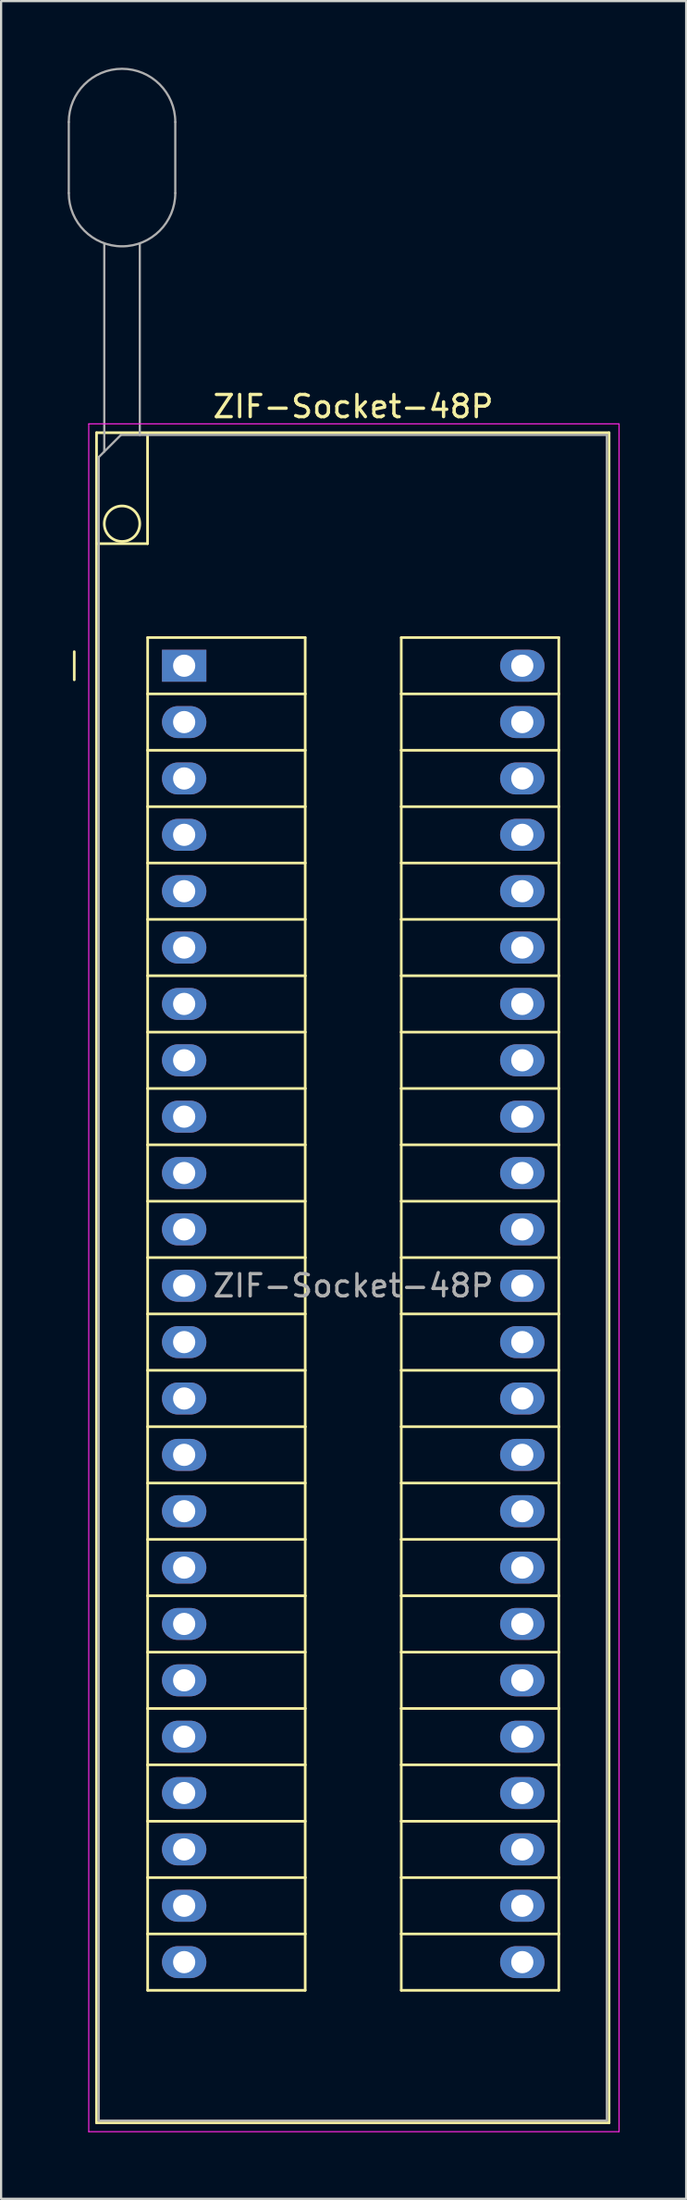
<source format=kicad_pcb>
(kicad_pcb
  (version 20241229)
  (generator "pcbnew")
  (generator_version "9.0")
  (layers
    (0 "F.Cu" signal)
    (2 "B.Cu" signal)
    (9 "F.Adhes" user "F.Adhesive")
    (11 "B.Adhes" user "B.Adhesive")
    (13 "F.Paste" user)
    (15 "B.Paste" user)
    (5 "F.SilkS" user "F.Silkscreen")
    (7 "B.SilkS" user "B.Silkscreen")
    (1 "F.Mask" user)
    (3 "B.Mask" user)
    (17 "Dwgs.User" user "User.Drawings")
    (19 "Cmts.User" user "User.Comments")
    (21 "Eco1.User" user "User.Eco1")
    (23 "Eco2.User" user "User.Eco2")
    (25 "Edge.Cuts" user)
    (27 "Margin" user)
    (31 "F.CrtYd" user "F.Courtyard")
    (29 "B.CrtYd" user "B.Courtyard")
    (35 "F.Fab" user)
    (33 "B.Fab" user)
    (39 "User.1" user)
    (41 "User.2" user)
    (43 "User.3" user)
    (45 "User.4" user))
  (footprint "ZIF-Socket-48P"
    (layer "F.Cu")
    (at 5.25 26.95)
    (property "Reference" "ZIF-Socket-48P" (at 7.62 -11.68 0) (layer "F.SilkS") (effects (font (size 1 1) (thickness 0.15))))
    (attr through_hole)
    (fp_line (start -4.953 0.635) (end -4.953 -0.635) (stroke (width 0.12) (type solid)) (layer "F.SilkS"))
    (fp_line (start -3.95 -10.5) (end -3.95 -5.5) (stroke (width 0.12) (type solid)) (layer "F.SilkS"))
    (fp_line (start -3.95 -5.5) (end -3.95 65.66) (stroke (width 0.12) (type solid)) (layer "F.SilkS"))
    (fp_line (start -3.95 65.66) (end 19.15 65.66) (stroke (width 0.12) (type solid)) (layer "F.SilkS"))
    (fp_line (start -1.65 -10.4) (end -1.65 -5.5) (stroke (width 0.12) (type solid)) (layer "F.SilkS"))
    (fp_line (start -1.65 -5.5) (end -3.95 -5.5) (stroke (width 0.12) (type solid)) (layer "F.SilkS"))
    (fp_line (start -1.645 -1.27) (end 5.455 -1.27) (stroke (width 0.12) (type solid)) (layer "F.SilkS"))
    (fp_line (start -1.645 1.27) (end -1.645 -1.27) (stroke (width 0.12) (type solid)) (layer "F.SilkS"))
    (fp_line (start -1.645 1.27) (end 5.455 1.27) (stroke (width 0.12) (type solid)) (layer "F.SilkS"))
    (fp_line (start -1.645 3.81) (end -1.645 1.27) (stroke (width 0.12) (type solid)) (layer "F.SilkS"))
    (fp_line (start -1.645 3.81) (end 5.455 3.81) (stroke (width 0.12) (type solid)) (layer "F.SilkS"))
    (fp_line (start -1.645 6.35) (end -1.645 3.81) (stroke (width 0.12) (type solid)) (layer "F.SilkS"))
    (fp_line (start -1.645 6.35) (end 5.455 6.35) (stroke (width 0.12) (type solid)) (layer "F.SilkS"))
    (fp_line (start -1.645 8.89) (end -1.645 6.35) (stroke (width 0.12) (type solid)) (layer "F.SilkS"))
    (fp_line (start -1.645 8.89) (end 5.455 8.89) (stroke (width 0.12) (type solid)) (layer "F.SilkS"))
    (fp_line (start -1.645 11.43) (end -1.645 8.89) (stroke (width 0.12) (type solid)) (layer "F.SilkS"))
    (fp_line (start -1.645 11.43) (end 5.455 11.43) (stroke (width 0.12) (type solid)) (layer "F.SilkS"))
    (fp_line (start -1.645 13.97) (end -1.645 11.43) (stroke (width 0.12) (type solid)) (layer "F.SilkS"))
    (fp_line (start -1.645 13.97) (end 5.455 13.97) (stroke (width 0.12) (type solid)) (layer "F.SilkS"))
    (fp_line (start -1.645 16.51) (end -1.645 13.97) (stroke (width 0.12) (type solid)) (layer "F.SilkS"))
    (fp_line (start -1.645 16.51) (end 5.455 16.51) (stroke (width 0.12) (type solid)) (layer "F.SilkS"))
    (fp_line (start -1.645 19.05) (end -1.645 16.51) (stroke (width 0.12) (type solid)) (layer "F.SilkS"))
    (fp_line (start -1.645 19.05) (end 5.455 19.05) (stroke (width 0.12) (type solid)) (layer "F.SilkS"))
    (fp_line (start -1.645 21.59) (end -1.645 19.05) (stroke (width 0.12) (type solid)) (layer "F.SilkS"))
    (fp_line (start -1.645 21.59) (end 5.455 21.59) (stroke (width 0.12) (type solid)) (layer "F.SilkS"))
    (fp_line (start -1.645 24.13) (end -1.645 21.59) (stroke (width 0.12) (type solid)) (layer "F.SilkS"))
    (fp_line (start -1.645 24.13) (end 5.455 24.13) (stroke (width 0.12) (type solid)) (layer "F.SilkS"))
    (fp_line (start -1.645 26.67) (end -1.645 24.13) (stroke (width 0.12) (type solid)) (layer "F.SilkS"))
    (fp_line (start -1.645 26.67) (end 5.455 26.67) (stroke (width 0.12) (type solid)) (layer "F.SilkS"))
    (fp_line (start -1.645 29.21) (end -1.645 26.67) (stroke (width 0.12) (type solid)) (layer "F.SilkS"))
    (fp_line (start -1.645 29.21) (end 5.455 29.21) (stroke (width 0.12) (type solid)) (layer "F.SilkS"))
    (fp_line (start -1.645 31.75) (end -1.645 29.21) (stroke (width 0.12) (type solid)) (layer "F.SilkS"))
    (fp_line (start -1.645 31.75) (end 5.455 31.75) (stroke (width 0.12) (type solid)) (layer "F.SilkS"))
    (fp_line (start -1.645 34.29) (end -1.645 31.75) (stroke (width 0.12) (type solid)) (layer "F.SilkS"))
    (fp_line (start -1.645 34.29) (end 5.455 34.29) (stroke (width 0.12) (type solid)) (layer "F.SilkS"))
    (fp_line (start -1.645 36.83) (end -1.645 34.29) (stroke (width 0.12) (type solid)) (layer "F.SilkS"))
    (fp_line (start -1.645 36.83) (end 5.455 36.83) (stroke (width 0.12) (type solid)) (layer "F.SilkS"))
    (fp_line (start -1.645 39.37) (end -1.645 36.83) (stroke (width 0.12) (type solid)) (layer "F.SilkS"))
    (fp_line (start -1.645 39.37) (end 5.455 39.37) (stroke (width 0.12) (type solid)) (layer "F.SilkS"))
    (fp_line (start -1.645 41.91) (end -1.645 39.37) (stroke (width 0.12) (type solid)) (layer "F.SilkS"))
    (fp_line (start -1.645 41.91) (end 5.455 41.91) (stroke (width 0.12) (type solid)) (layer "F.SilkS"))
    (fp_line (start -1.645 44.45) (end -1.645 41.91) (stroke (width 0.12) (type solid)) (layer "F.SilkS"))
    (fp_line (start -1.645 44.45) (end 5.455 44.45) (stroke (width 0.12) (type solid)) (layer "F.SilkS"))
    (fp_line (start -1.645 46.99) (end -1.645 44.45) (stroke (width 0.12) (type solid)) (layer "F.SilkS"))
    (fp_line (start -1.645 46.99) (end 5.455 46.99) (stroke (width 0.12) (type solid)) (layer "F.SilkS"))
    (fp_line (start -1.645 49.53) (end -1.645 46.99) (stroke (width 0.12) (type solid)) (layer "F.SilkS"))
    (fp_line (start -1.645 49.53) (end 5.455 49.53) (stroke (width 0.12) (type solid)) (layer "F.SilkS"))
    (fp_line (start -1.645 52.07) (end -1.645 49.53) (stroke (width 0.12) (type solid)) (layer "F.SilkS"))
    (fp_line (start -1.645 52.07) (end 5.455 52.07) (stroke (width 0.12) (type solid)) (layer "F.SilkS"))
    (fp_line (start -1.645 54.61) (end -1.645 52.07) (stroke (width 0.12) (type solid)) (layer "F.SilkS"))
    (fp_line (start -1.645 54.61) (end 5.455 54.61) (stroke (width 0.12) (type solid)) (layer "F.SilkS"))
    (fp_line (start -1.645 57.15) (end -1.645 54.61) (stroke (width 0.12) (type solid)) (layer "F.SilkS"))
    (fp_line (start -1.645 57.15) (end 5.455 57.15) (stroke (width 0.12) (type solid)) (layer "F.SilkS"))
    (fp_line (start -1.645 59.69) (end -1.645 57.15) (stroke (width 0.12) (type solid)) (layer "F.SilkS"))
    (fp_line (start -1.645 59.69) (end 5.455 59.69) (stroke (width 0.12) (type solid)) (layer "F.SilkS"))
    (fp_line (start 5.455 -1.27) (end 5.455 1.27) (stroke (width 0.12) (type solid)) (layer "F.SilkS"))
    (fp_line (start 5.455 1.27) (end 5.455 3.81) (stroke (width 0.12) (type solid)) (layer "F.SilkS"))
    (fp_line (start 5.455 3.81) (end 5.455 6.35) (stroke (width 0.12) (type solid)) (layer "F.SilkS"))
    (fp_line (start 5.455 6.35) (end 5.455 8.89) (stroke (width 0.12) (type solid)) (layer "F.SilkS"))
    (fp_line (start 5.455 8.89) (end 5.455 11.43) (stroke (width 0.12) (type solid)) (layer "F.SilkS"))
    (fp_line (start 5.455 11.43) (end 5.455 13.97) (stroke (width 0.12) (type solid)) (layer "F.SilkS"))
    (fp_line (start 5.455 13.97) (end 5.455 16.51) (stroke (width 0.12) (type solid)) (layer "F.SilkS"))
    (fp_line (start 5.455 16.51) (end 5.455 19.05) (stroke (width 0.12) (type solid)) (layer "F.SilkS"))
    (fp_line (start 5.455 19.05) (end 5.455 21.59) (stroke (width 0.12) (type solid)) (layer "F.SilkS"))
    (fp_line (start 5.455 21.59) (end 5.455 24.13) (stroke (width 0.12) (type solid)) (layer "F.SilkS"))
    (fp_line (start 5.455 24.13) (end 5.455 26.67) (stroke (width 0.12) (type solid)) (layer "F.SilkS"))
    (fp_line (start 5.455 26.67) (end 5.455 29.21) (stroke (width 0.12) (type solid)) (layer "F.SilkS"))
    (fp_line (start 5.455 29.21) (end 5.455 31.75) (stroke (width 0.12) (type solid)) (layer "F.SilkS"))
    (fp_line (start 5.455 31.75) (end 5.455 34.29) (stroke (width 0.12) (type solid)) (layer "F.SilkS"))
    (fp_line (start 5.455 34.29) (end 5.455 36.83) (stroke (width 0.12) (type solid)) (layer "F.SilkS"))
    (fp_line (start 5.455 36.83) (end 5.455 39.37) (stroke (width 0.12) (type solid)) (layer "F.SilkS"))
    (fp_line (start 5.455 39.37) (end 5.455 41.91) (stroke (width 0.12) (type solid)) (layer "F.SilkS"))
    (fp_line (start 5.455 41.91) (end 5.455 44.45) (stroke (width 0.12) (type solid)) (layer "F.SilkS"))
    (fp_line (start 5.455 44.45) (end 5.455 46.99) (stroke (width 0.12) (type solid)) (layer "F.SilkS"))
    (fp_line (start 5.455 46.99) (end 5.455 49.53) (stroke (width 0.12) (type solid)) (layer "F.SilkS"))
    (fp_line (start 5.455 49.53) (end 5.455 52.07) (stroke (width 0.12) (type solid)) (layer "F.SilkS"))
    (fp_line (start 5.455 52.07) (end 5.455 54.61) (stroke (width 0.12) (type solid)) (layer "F.SilkS"))
    (fp_line (start 5.455 54.61) (end 5.455 57.15) (stroke (width 0.12) (type solid)) (layer "F.SilkS"))
    (fp_line (start 5.455 57.15) (end 5.455 59.69) (stroke (width 0.12) (type solid)) (layer "F.SilkS"))
    (fp_line (start 9.785 -1.27) (end 16.885 -1.27) (stroke (width 0.12) (type solid)) (layer "F.SilkS"))
    (fp_line (start 9.785 1.27) (end 9.785 -1.27) (stroke (width 0.12) (type solid)) (layer "F.SilkS"))
    (fp_line (start 9.785 1.27) (end 16.885 1.27) (stroke (width 0.12) (type solid)) (layer "F.SilkS"))
    (fp_line (start 9.785 3.81) (end 9.785 1.27) (stroke (width 0.12) (type solid)) (layer "F.SilkS"))
    (fp_line (start 9.785 3.81) (end 16.885 3.81) (stroke (width 0.12) (type solid)) (layer "F.SilkS"))
    (fp_line (start 9.785 6.35) (end 9.785 3.81) (stroke (width 0.12) (type solid)) (layer "F.SilkS"))
    (fp_line (start 9.785 6.35) (end 16.885 6.35) (stroke (width 0.12) (type solid)) (layer "F.SilkS"))
    (fp_line (start 9.785 8.89) (end 9.785 6.35) (stroke (width 0.12) (type solid)) (layer "F.SilkS"))
    (fp_line (start 9.785 8.89) (end 16.885 8.89) (stroke (width 0.12) (type solid)) (layer "F.SilkS"))
    (fp_line (start 9.785 11.43) (end 9.785 8.89) (stroke (width 0.12) (type solid)) (layer "F.SilkS"))
    (fp_line (start 9.785 11.43) (end 16.885 11.43) (stroke (width 0.12) (type solid)) (layer "F.SilkS"))
    (fp_line (start 9.785 13.97) (end 9.785 11.43) (stroke (width 0.12) (type solid)) (layer "F.SilkS"))
    (fp_line (start 9.785 13.97) (end 16.885 13.97) (stroke (width 0.12) (type solid)) (layer "F.SilkS"))
    (fp_line (start 9.785 16.51) (end 9.785 13.97) (stroke (width 0.12) (type solid)) (layer "F.SilkS"))
    (fp_line (start 9.785 16.51) (end 16.885 16.51) (stroke (width 0.12) (type solid)) (layer "F.SilkS"))
    (fp_line (start 9.785 19.05) (end 9.785 16.51) (stroke (width 0.12) (type solid)) (layer "F.SilkS"))
    (fp_line (start 9.785 19.05) (end 16.885 19.05) (stroke (width 0.12) (type solid)) (layer "F.SilkS"))
    (fp_line (start 9.785 21.59) (end 9.785 19.05) (stroke (width 0.12) (type solid)) (layer "F.SilkS"))
    (fp_line (start 9.785 21.59) (end 16.885 21.59) (stroke (width 0.12) (type solid)) (layer "F.SilkS"))
    (fp_line (start 9.785 24.13) (end 9.785 21.59) (stroke (width 0.12) (type solid)) (layer "F.SilkS"))
    (fp_line (start 9.785 24.13) (end 16.885 24.13) (stroke (width 0.12) (type solid)) (layer "F.SilkS"))
    (fp_line (start 9.785 26.67) (end 9.785 24.13) (stroke (width 0.12) (type solid)) (layer "F.SilkS"))
    (fp_line (start 9.785 26.67) (end 16.885 26.67) (stroke (width 0.12) (type solid)) (layer "F.SilkS"))
    (fp_line (start 9.785 29.21) (end 9.785 26.67) (stroke (width 0.12) (type solid)) (layer "F.SilkS"))
    (fp_line (start 9.785 29.21) (end 16.885 29.21) (stroke (width 0.12) (type solid)) (layer "F.SilkS"))
    (fp_line (start 9.785 31.75) (end 9.785 29.21) (stroke (width 0.12) (type solid)) (layer "F.SilkS"))
    (fp_line (start 9.785 31.75) (end 16.885 31.75) (stroke (width 0.12) (type solid)) (layer "F.SilkS"))
    (fp_line (start 9.785 34.29) (end 9.785 31.75) (stroke (width 0.12) (type solid)) (layer "F.SilkS"))
    (fp_line (start 9.785 34.29) (end 16.885 34.29) (stroke (width 0.12) (type solid)) (layer "F.SilkS"))
    (fp_line (start 9.785 36.83) (end 9.785 34.29) (stroke (width 0.12) (type solid)) (layer "F.SilkS"))
    (fp_line (start 9.785 36.83) (end 16.885 36.83) (stroke (width 0.12) (type solid)) (layer "F.SilkS"))
    (fp_line (start 9.785 39.37) (end 9.785 36.83) (stroke (width 0.12) (type solid)) (layer "F.SilkS"))
    (fp_line (start 9.785 39.37) (end 16.885 39.37) (stroke (width 0.12) (type solid)) (layer "F.SilkS"))
    (fp_line (start 9.785 41.91) (end 9.785 39.37) (stroke (width 0.12) (type solid)) (layer "F.SilkS"))
    (fp_line (start 9.785 41.91) (end 16.885 41.91) (stroke (width 0.12) (type solid)) (layer "F.SilkS"))
    (fp_line (start 9.785 44.45) (end 9.785 41.91) (stroke (width 0.12) (type solid)) (layer "F.SilkS"))
    (fp_line (start 9.785 44.45) (end 16.885 44.45) (stroke (width 0.12) (type solid)) (layer "F.SilkS"))
    (fp_line (start 9.785 46.99) (end 9.785 44.45) (stroke (width 0.12) (type solid)) (layer "F.SilkS"))
    (fp_line (start 9.785 46.99) (end 16.885 46.99) (stroke (width 0.12) (type solid)) (layer "F.SilkS"))
    (fp_line (start 9.785 49.53) (end 9.785 46.99) (stroke (width 0.12) (type solid)) (layer "F.SilkS"))
    (fp_line (start 9.785 49.53) (end 16.885 49.53) (stroke (width 0.12) (type solid)) (layer "F.SilkS"))
    (fp_line (start 9.785 52.07) (end 9.785 49.53) (stroke (width 0.12) (type solid)) (layer "F.SilkS"))
    (fp_line (start 9.785 52.07) (end 16.885 52.07) (stroke (width 0.12) (type solid)) (layer "F.SilkS"))
    (fp_line (start 9.785 54.61) (end 9.785 52.07) (stroke (width 0.12) (type solid)) (layer "F.SilkS"))
    (fp_line (start 9.785 54.61) (end 16.885 54.61) (stroke (width 0.12) (type solid)) (layer "F.SilkS"))
    (fp_line (start 9.785 57.15) (end 9.785 54.61) (stroke (width 0.12) (type solid)) (layer "F.SilkS"))
    (fp_line (start 9.785 57.15) (end 16.885 57.15) (stroke (width 0.12) (type solid)) (layer "F.SilkS"))
    (fp_line (start 9.785 59.69) (end 9.785 57.15) (stroke (width 0.12) (type solid)) (layer "F.SilkS"))
    (fp_line (start 9.785 59.69) (end 16.885 59.69) (stroke (width 0.12) (type solid)) (layer "F.SilkS"))
    (fp_line (start 16.885 -1.27) (end 16.885 1.27) (stroke (width 0.12) (type solid)) (layer "F.SilkS"))
    (fp_line (start 16.885 1.27) (end 16.885 3.81) (stroke (width 0.12) (type solid)) (layer "F.SilkS"))
    (fp_line (start 16.885 3.81) (end 16.885 6.35) (stroke (width 0.12) (type solid)) (layer "F.SilkS"))
    (fp_line (start 16.885 6.35) (end 16.885 8.89) (stroke (width 0.12) (type solid)) (layer "F.SilkS"))
    (fp_line (start 16.885 8.89) (end 16.885 11.43) (stroke (width 0.12) (type solid)) (layer "F.SilkS"))
    (fp_line (start 16.885 11.43) (end 16.885 13.97) (stroke (width 0.12) (type solid)) (layer "F.SilkS"))
    (fp_line (start 16.885 13.97) (end 16.885 16.51) (stroke (width 0.12) (type solid)) (layer "F.SilkS"))
    (fp_line (start 16.885 16.51) (end 16.885 19.05) (stroke (width 0.12) (type solid)) (layer "F.SilkS"))
    (fp_line (start 16.885 19.05) (end 16.885 21.59) (stroke (width 0.12) (type solid)) (layer "F.SilkS"))
    (fp_line (start 16.885 21.59) (end 16.885 24.13) (stroke (width 0.12) (type solid)) (layer "F.SilkS"))
    (fp_line (start 16.885 24.13) (end 16.885 26.67) (stroke (width 0.12) (type solid)) (layer "F.SilkS"))
    (fp_line (start 16.885 26.67) (end 16.885 29.21) (stroke (width 0.12) (type solid)) (layer "F.SilkS"))
    (fp_line (start 16.885 29.21) (end 16.885 31.75) (stroke (width 0.12) (type solid)) (layer "F.SilkS"))
    (fp_line (start 16.885 31.75) (end 16.885 34.29) (stroke (width 0.12) (type solid)) (layer "F.SilkS"))
    (fp_line (start 16.885 34.29) (end 16.885 36.83) (stroke (width 0.12) (type solid)) (layer "F.SilkS"))
    (fp_line (start 16.885 36.83) (end 16.885 39.37) (stroke (width 0.12) (type solid)) (layer "F.SilkS"))
    (fp_line (start 16.885 39.37) (end 16.885 41.91) (stroke (width 0.12) (type solid)) (layer "F.SilkS"))
    (fp_line (start 16.885 41.91) (end 16.885 44.45) (stroke (width 0.12) (type solid)) (layer "F.SilkS"))
    (fp_line (start 16.885 44.45) (end 16.885 46.99) (stroke (width 0.12) (type solid)) (layer "F.SilkS"))
    (fp_line (start 16.885 46.99) (end 16.885 49.53) (stroke (width 0.12) (type solid)) (layer "F.SilkS"))
    (fp_line (start 16.885 49.53) (end 16.885 52.07) (stroke (width 0.12) (type solid)) (layer "F.SilkS"))
    (fp_line (start 16.885 52.07) (end 16.885 54.61) (stroke (width 0.12) (type solid)) (layer "F.SilkS"))
    (fp_line (start 16.885 54.61) (end 16.885 57.15) (stroke (width 0.12) (type solid)) (layer "F.SilkS"))
    (fp_line (start 16.885 57.15) (end 16.885 59.69) (stroke (width 0.12) (type solid)) (layer "F.SilkS"))
    (fp_line (start 19.15 -10.5) (end -3.95 -10.5) (stroke (width 0.12) (type solid)) (layer "F.SilkS"))
    (fp_line (start 19.15 65.66) (end 19.15 -10.5) (stroke (width 0.12) (type solid)) (layer "F.SilkS"))
    (fp_circle (center -2.8 -6.4) (end -2 -6.4) (stroke (width 0.12) (type solid)) (fill no) (layer "F.SilkS"))
    (fp_line (start -4.3 66.06) (end -4.3 -10.9) (stroke (width 0.05) (type solid)) (layer "F.CrtYd"))
    (fp_line (start 19.6 -10.9) (end -4.3 -10.9) (stroke (width 0.05) (type solid)) (layer "F.CrtYd"))
    (fp_line (start 19.6 66.06) (end -4.3 66.06) (stroke (width 0.05) (type solid)) (layer "F.CrtYd"))
    (fp_line (start 19.6 66.06) (end 19.6 -10.9) (stroke (width 0.05) (type solid)) (layer "F.CrtYd"))
    (fp_line (start -5.2 -21.3) (end -5.2 -24.5) (stroke (width 0.1) (type solid)) (layer "F.Fab"))
    (fp_line (start -3.85 -9.4) (end -2.85 -10.4) (stroke (width 0.1) (type solid)) (layer "F.Fab"))
    (fp_line (start -3.85 65.56) (end -3.85 -9.4) (stroke (width 0.1) (type solid)) (layer "F.Fab"))
    (fp_line (start -3.85 65.56) (end 19.05 65.56) (stroke (width 0.1) (type solid)) (layer "F.Fab"))
    (fp_line (start -3.6 -19) (end -3.6 -9.65) (stroke (width 0.1) (type solid)) (layer "F.Fab"))
    (fp_line (start -2.85 -10.4) (end 19.05 -10.4) (stroke (width 0.1) (type solid)) (layer "F.Fab"))
    (fp_line (start -2 -19) (end -2 -10.4) (stroke (width 0.1) (type solid)) (layer "F.Fab"))
    (fp_line (start -0.4 -21.3) (end -0.4 -24.5) (stroke (width 0.1) (type solid)) (layer "F.Fab"))
    (fp_line (start 19.05 65.56) (end 19.05 -10.4) (stroke (width 0.1) (type solid)) (layer "F.Fab"))
    (fp_arc (start -5.2 -24.5) (mid -2.8 -26.9) (end -0.4 -24.5) (stroke (width 0.1) (type default)) (layer "F.Fab"))
    (fp_arc (start -0.4 -21.3) (mid -2.8 -18.9) (end -5.2 -21.3) (stroke (width 0.1) (type default)) (layer "F.Fab"))
    (fp_text user "${REFERENCE}" (at 7.62 27.94 0) (layer "F.Fab") (effects (font (size 1 1) (thickness 0.15))))
    (pad "1" thru_hole rect (at 0 0) (size 2 1.44) (drill 1) (layers "*.Cu" "*.Mask"))
    (pad "2" thru_hole oval (at 0 2.54) (size 2 1.44) (drill 1) (layers "*.Cu" "*.Mask"))
    (pad "3" thru_hole oval (at 0 5.08) (size 2 1.44) (drill 1) (layers "*.Cu" "*.Mask"))
    (pad "4" thru_hole oval (at 0 7.62) (size 2 1.44) (drill 1) (layers "*.Cu" "*.Mask"))
    (pad "5" thru_hole oval (at 0 10.16) (size 2 1.44) (drill 1) (layers "*.Cu" "*.Mask"))
    (pad "6" thru_hole oval (at 0 12.7) (size 2 1.44) (drill 1) (layers "*.Cu" "*.Mask"))
    (pad "7" thru_hole oval (at 0 15.24) (size 2 1.44) (drill 1) (layers "*.Cu" "*.Mask"))
    (pad "8" thru_hole oval (at 0 17.78) (size 2 1.44) (drill 1) (layers "*.Cu" "*.Mask"))
    (pad "9" thru_hole oval (at 0 20.32) (size 2 1.44) (drill 1) (layers "*.Cu" "*.Mask"))
    (pad "10" thru_hole oval (at 0 22.86) (size 2 1.44) (drill 1) (layers "*.Cu" "*.Mask"))
    (pad "11" thru_hole oval (at 0 25.4) (size 2 1.44) (drill 1) (layers "*.Cu" "*.Mask"))
    (pad "12" thru_hole oval (at 0 27.94) (size 2 1.44) (drill 1) (layers "*.Cu" "*.Mask"))
    (pad "13" thru_hole oval (at 0 30.48) (size 2 1.44) (drill 1) (layers "*.Cu" "*.Mask"))
    (pad "14" thru_hole oval (at 0 33.02) (size 2 1.44) (drill 1) (layers "*.Cu" "*.Mask"))
    (pad "15" thru_hole oval (at 0 35.56) (size 2 1.44) (drill 1) (layers "*.Cu" "*.Mask"))
    (pad "16" thru_hole oval (at 0 38.1) (size 2 1.44) (drill 1) (layers "*.Cu" "*.Mask"))
    (pad "17" thru_hole oval (at 0 40.64) (size 2 1.44) (drill 1) (layers "*.Cu" "*.Mask"))
    (pad "18" thru_hole oval (at 0 43.18) (size 2 1.44) (drill 1) (layers "*.Cu" "*.Mask"))
    (pad "19" thru_hole oval (at 0 45.72) (size 2 1.44) (drill 1) (layers "*.Cu" "*.Mask"))
    (pad "20" thru_hole oval (at 0 48.26) (size 2 1.44) (drill 1) (layers "*.Cu" "*.Mask"))
    (pad "21" thru_hole oval (at 0 50.8) (size 2 1.44) (drill 1) (layers "*.Cu" "*.Mask"))
    (pad "22" thru_hole oval (at 0 53.34) (size 2 1.44) (drill 1) (layers "*.Cu" "*.Mask"))
    (pad "23" thru_hole oval (at 0 55.88) (size 2 1.44) (drill 1) (layers "*.Cu" "*.Mask"))
    (pad "24" thru_hole oval (at 0 58.42) (size 2 1.44) (drill 1) (layers "*.Cu" "*.Mask"))
    (pad "25" thru_hole oval (at 15.24 58.42) (size 2 1.44) (drill 1) (layers "*.Cu" "*.Mask"))
    (pad "26" thru_hole oval (at 15.24 55.88) (size 2 1.44) (drill 1) (layers "*.Cu" "*.Mask"))
    (pad "27" thru_hole oval (at 15.24 53.34) (size 2 1.44) (drill 1) (layers "*.Cu" "*.Mask"))
    (pad "28" thru_hole oval (at 15.24 50.8) (size 2 1.44) (drill 1) (layers "*.Cu" "*.Mask"))
    (pad "29" thru_hole oval (at 15.24 48.26) (size 2 1.44) (drill 1) (layers "*.Cu" "*.Mask"))
    (pad "30" thru_hole oval (at 15.24 45.72) (size 2 1.44) (drill 1) (layers "*.Cu" "*.Mask"))
    (pad "31" thru_hole oval (at 15.24 43.18) (size 2 1.44) (drill 1) (layers "*.Cu" "*.Mask"))
    (pad "32" thru_hole oval (at 15.24 40.64) (size 2 1.44) (drill 1) (layers "*.Cu" "*.Mask"))
    (pad "33" thru_hole oval (at 15.24 38.1) (size 2 1.44) (drill 1) (layers "*.Cu" "*.Mask"))
    (pad "34" thru_hole oval (at 15.24 35.56) (size 2 1.44) (drill 1) (layers "*.Cu" "*.Mask"))
    (pad "35" thru_hole oval (at 15.24 33.02) (size 2 1.44) (drill 1) (layers "*.Cu" "*.Mask"))
    (pad "36" thru_hole oval (at 15.24 30.48) (size 2 1.44) (drill 1) (layers "*.Cu" "*.Mask"))
    (pad "37" thru_hole oval (at 15.24 27.94) (size 2 1.44) (drill 1) (layers "*.Cu" "*.Mask"))
    (pad "38" thru_hole oval (at 15.24 25.4) (size 2 1.44) (drill 1) (layers "*.Cu" "*.Mask"))
    (pad "39" thru_hole oval (at 15.24 22.86) (size 2 1.44) (drill 1) (layers "*.Cu" "*.Mask"))
    (pad "40" thru_hole oval (at 15.24 20.32) (size 2 1.44) (drill 1) (layers "*.Cu" "*.Mask"))
    (pad "41" thru_hole oval (at 15.24 17.78) (size 2 1.44) (drill 1) (layers "*.Cu" "*.Mask"))
    (pad "42" thru_hole oval (at 15.24 15.24) (size 2 1.44) (drill 1) (layers "*.Cu" "*.Mask"))
    (pad "43" thru_hole oval (at 15.24 12.7) (size 2 1.44) (drill 1) (layers "*.Cu" "*.Mask"))
    (pad "44" thru_hole oval (at 15.24 10.16) (size 2 1.44) (drill 1) (layers "*.Cu" "*.Mask"))
    (pad "45" thru_hole oval (at 15.24 7.62) (size 2 1.44) (drill 1) (layers "*.Cu" "*.Mask"))
    (pad "46" thru_hole oval (at 15.24 5.08) (size 2 1.44) (drill 1) (layers "*.Cu" "*.Mask"))
    (pad "47" thru_hole oval (at 15.24 2.54) (size 2 1.44) (drill 1) (layers "*.Cu" "*.Mask"))
    (pad "48" thru_hole oval (at 15.24 0) (size 2 1.44) (drill 1) (layers "*.Cu" "*.Mask")))
  (gr_rect
    (start -3 -3)
    (end 27.875 96.035)
    (stroke (width 0.1) (type default))
    (fill no)
    (layer "Edge.Cuts")))
</source>
